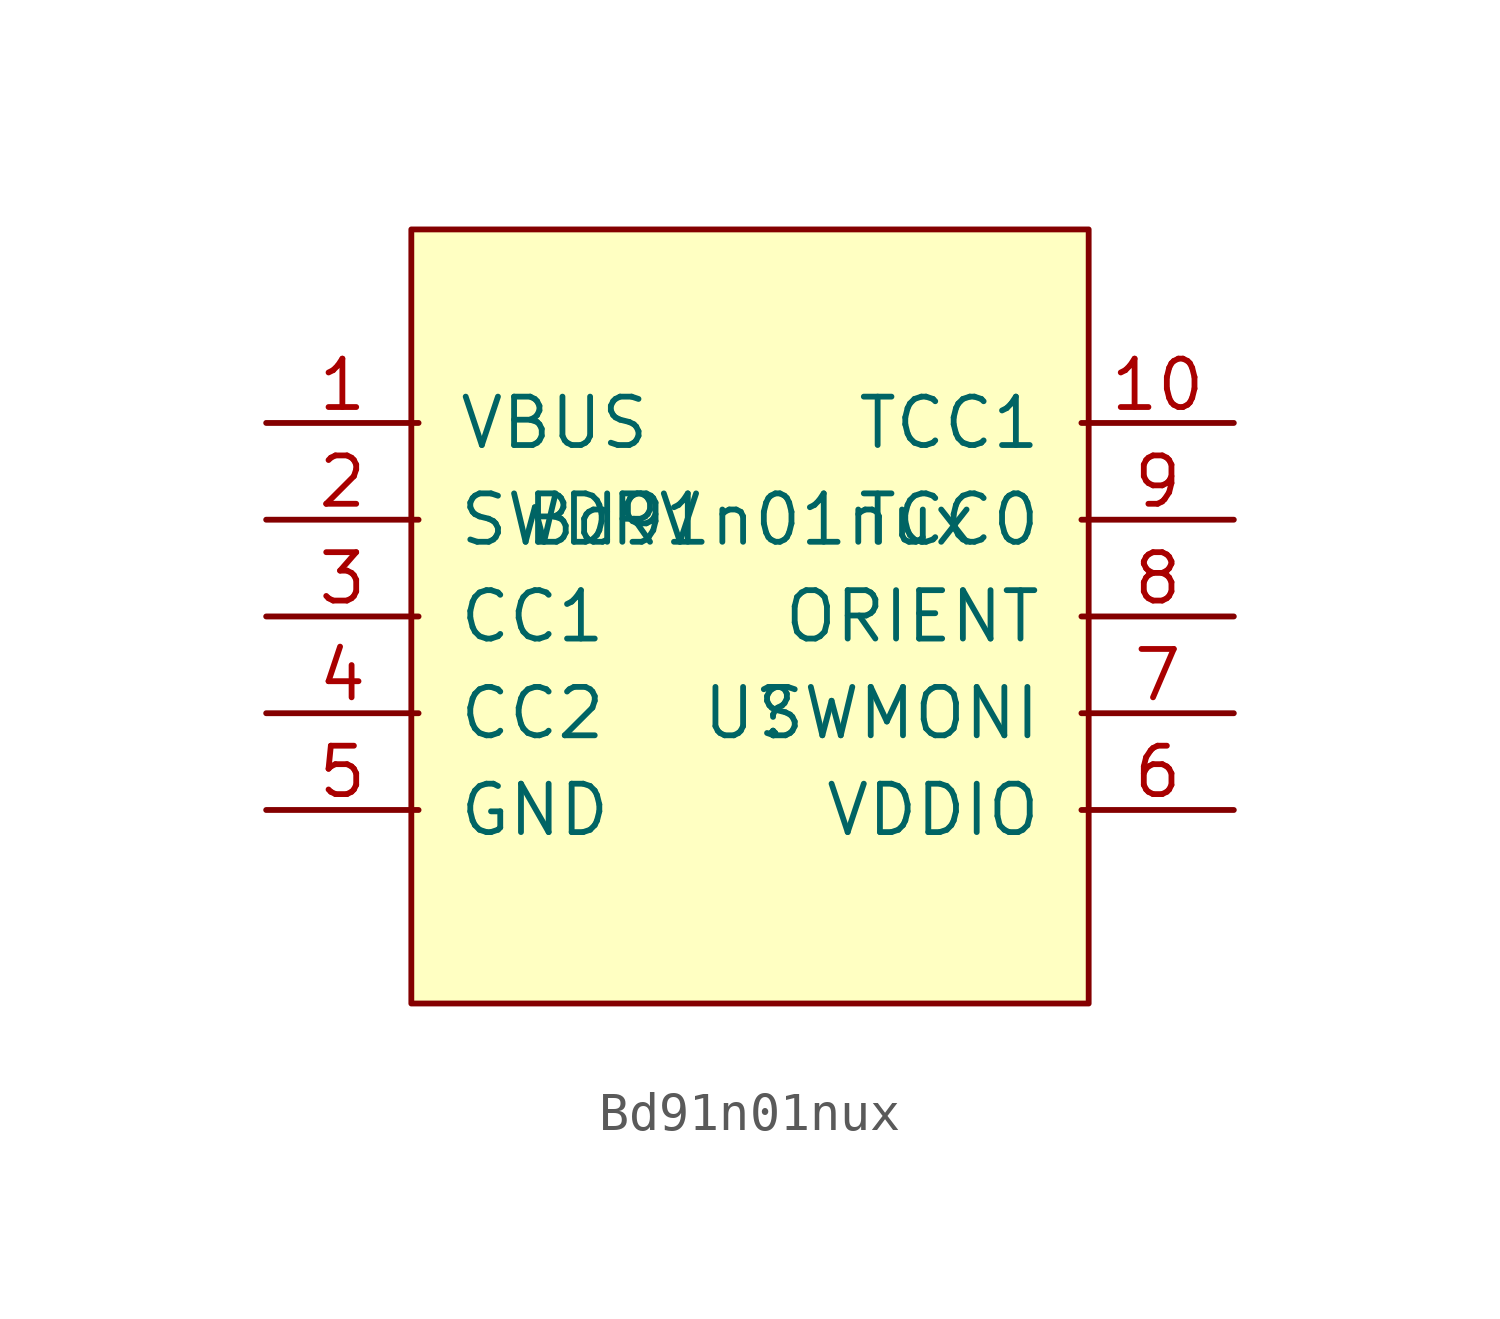
<source format=kicad_sym>
(kicad_symbol_lib
  (version 20211014)
  (generator kicad_symbol_editor)
  (symbol "Bd91n01nux"
    (pin_names
      (offset 1.016))
    (property "Reference" "U"
      (at 0 -2.54 0)
      (effects (font (size 1.27 1.27))))
    (property "Value" "Bd91n01nux"
      (at 0 2.54 0)
      (effects (font (size 1.27 1.27))))
    (symbol "Bd91n01nux_1_0"
      (rectangle (start -8.89 10.16) (end 8.89 -10.16) (stroke (width 0) (type default) (color 0 0 0 0)) (fill (type background))))
    (symbol "Bd91n01nux_1_1"
      (pin power_in line (at -12.7 5.08 0) (length 4) (name "VBUS" (effects (font (size 1.27 1.27)))) (number "1" (effects (font (size 1.27 1.27)))))
      (pin bidirectional line (at 12.7 5.08 180) (length 4) (name "TCC1" (effects (font (size 1.27 1.27)))) (number "10" (effects (font (size 1.27 1.27)))))
      (pin output line (at -12.7 2.54 0) (length 4) (name "SWDRV" (effects (font (size 1.27 1.27)))) (number "2" (effects (font (size 1.27 1.27)))))
      (pin input line (at -12.7 0 0) (length 4) (name "CC1" (effects (font (size 1.27 1.27)))) (number "3" (effects (font (size 1.27 1.27)))))
      (pin input line (at -12.7 -2.54 0) (length 4) (name "CC2" (effects (font (size 1.27 1.27)))) (number "4" (effects (font (size 1.27 1.27)))))
      (pin passive line (at -12.7 -5.08 0) (length 4) (name "GND" (effects (font (size 1.27 1.27)))) (number "5" (effects (font (size 1.27 1.27)))))
      (pin power_in line (at 12.7 -5.08 180) (length 4) (name "VDDIO" (effects (font (size 1.27 1.27)))) (number "6" (effects (font (size 1.27 1.27)))))
      (pin bidirectional line (at 12.7 -2.54 180) (length 4) (name "SWMONI" (effects (font (size 1.27 1.27)))) (number "7" (effects (font (size 1.27 1.27)))))
      (pin bidirectional line (at 12.7 0 180) (length 4) (name "ORIENT" (effects (font (size 1.27 1.27)))) (number "8" (effects (font (size 1.27 1.27)))))
      (pin bidirectional line (at 12.7 2.54 180) (length 4) (name "TCC0" (effects (font (size 1.27 1.27)))) (number "9" (effects (font (size 1.27 1.27))))))))
</source>
